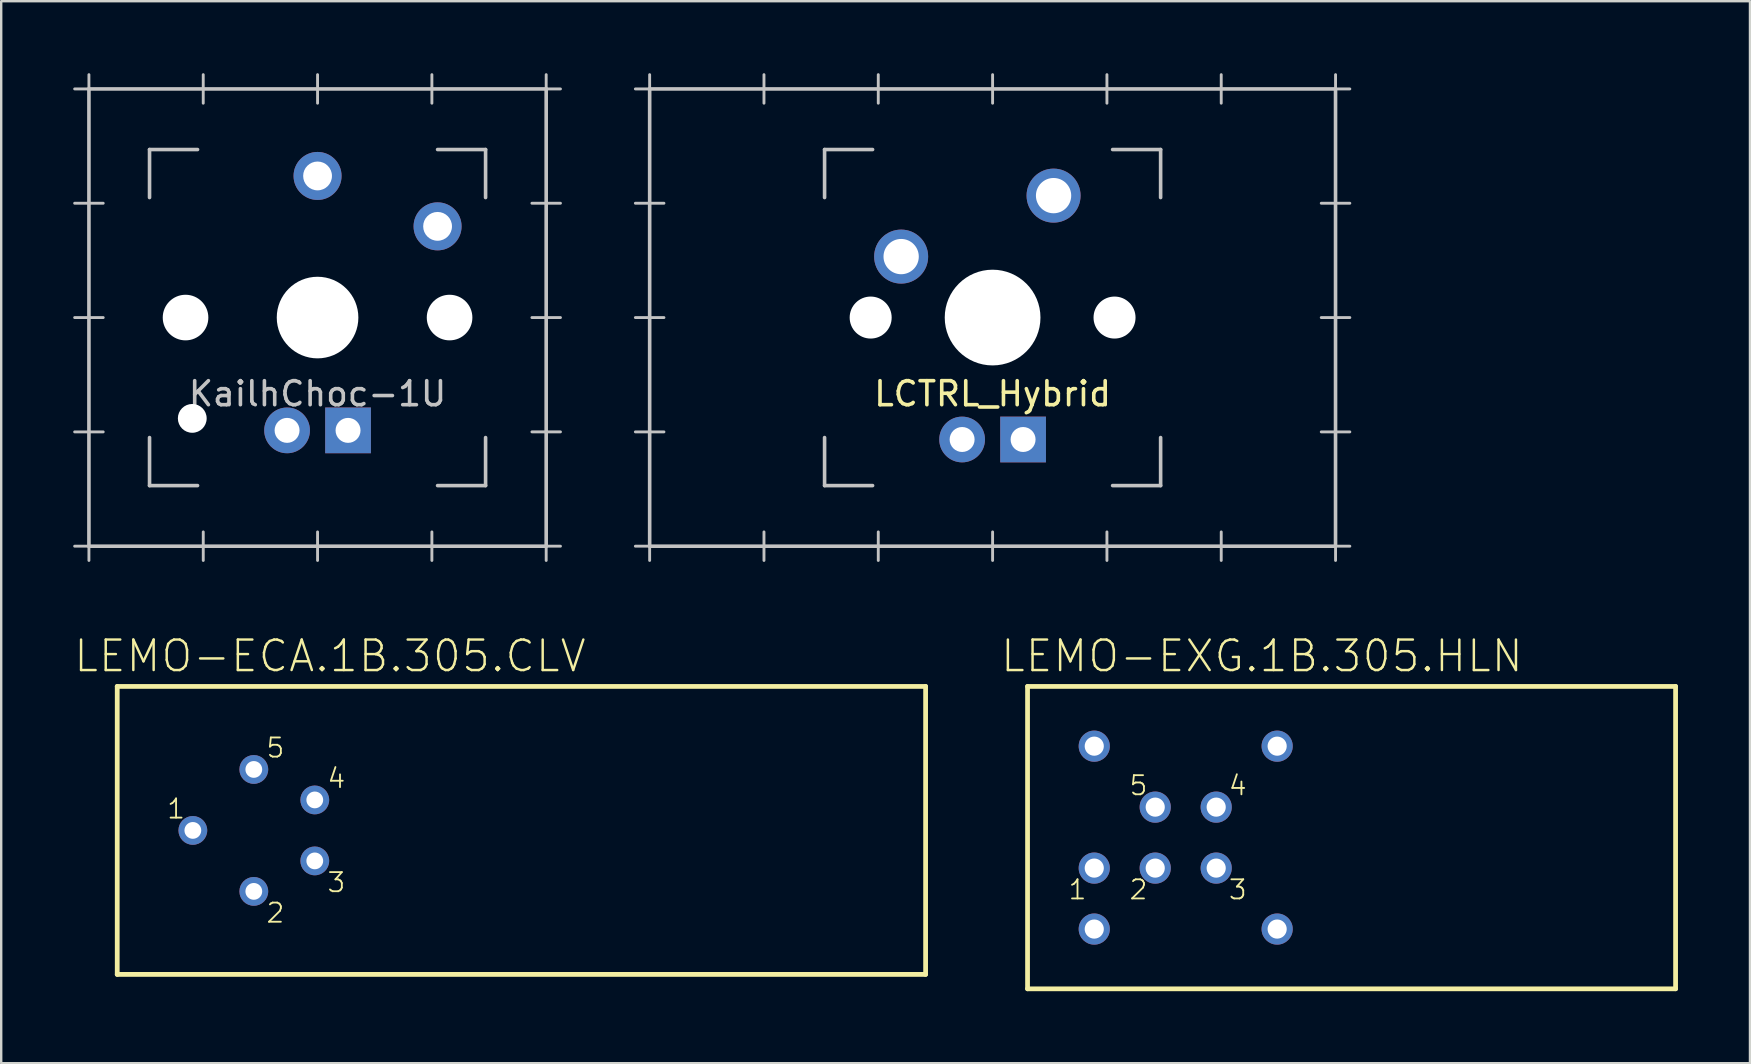
<source format=kicad_pcb>
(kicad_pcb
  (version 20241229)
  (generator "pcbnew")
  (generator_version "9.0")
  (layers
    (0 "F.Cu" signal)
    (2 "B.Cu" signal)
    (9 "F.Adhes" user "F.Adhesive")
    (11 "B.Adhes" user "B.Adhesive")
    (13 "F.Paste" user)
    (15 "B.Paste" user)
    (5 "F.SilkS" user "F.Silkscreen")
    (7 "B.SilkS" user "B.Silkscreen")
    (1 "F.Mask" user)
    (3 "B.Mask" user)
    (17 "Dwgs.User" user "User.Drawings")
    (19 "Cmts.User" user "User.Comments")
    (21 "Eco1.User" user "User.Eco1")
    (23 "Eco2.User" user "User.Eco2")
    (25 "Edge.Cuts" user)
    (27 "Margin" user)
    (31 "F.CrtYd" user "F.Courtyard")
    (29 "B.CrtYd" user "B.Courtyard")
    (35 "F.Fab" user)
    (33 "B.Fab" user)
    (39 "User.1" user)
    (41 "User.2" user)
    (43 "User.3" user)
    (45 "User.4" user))
  (footprint "KailhChoc-1U"
    (layer "F.Cu")
    (at 10.18 10.18)
    (property "Reference" "KailhChoc-1U" (at 0 3.175 0) (layer "Dwgs.User") (effects (font (size 1 1) (thickness 0.15))))
    (attr through_hole)
    (fp_line (start -10.12 -9.525) (end -9.525 -9.525) (stroke (width 0.12) (type solid)) (layer "Dwgs.User"))
    (fp_line (start -10.12 0) (end -8.93 0) (stroke (width 0.12) (type solid)) (layer "Dwgs.User"))
    (fp_line (start -10.12 4.763) (end -8.93 4.763) (stroke (width 0.12) (type solid)) (layer "Dwgs.User"))
    (fp_line (start -10.12 9.525) (end -9.525 9.525) (stroke (width 0.12) (type solid)) (layer "Dwgs.User"))
    (fp_line (start -9.525 -10.12) (end -9.525 -9.525) (stroke (width 0.12) (type solid)) (layer "Dwgs.User"))
    (fp_line (start -9.525 -9.525) (end 9.525 -9.525) (stroke (width 0.15) (type solid)) (layer "Dwgs.User"))
    (fp_line (start -9.525 9.525) (end -9.525 -9.525) (stroke (width 0.15) (type solid)) (layer "Dwgs.User"))
    (fp_line (start -9.525 10.12) (end -9.525 9.525) (stroke (width 0.12) (type solid)) (layer "Dwgs.User"))
    (fp_line (start -8.93 -4.763) (end -10.12 -4.763) (stroke (width 0.12) (type solid)) (layer "Dwgs.User"))
    (fp_line (start -7 -7) (end -7 -5) (stroke (width 0.15) (type solid)) (layer "Dwgs.User"))
    (fp_line (start -7 5) (end -7 7) (stroke (width 0.15) (type solid)) (layer "Dwgs.User"))
    (fp_line (start -7 7) (end -5 7) (stroke (width 0.15) (type solid)) (layer "Dwgs.User"))
    (fp_line (start -5 -7) (end -7 -7) (stroke (width 0.15) (type solid)) (layer "Dwgs.User"))
    (fp_line (start -4.763 -10.12) (end -4.763 -8.93) (stroke (width 0.12) (type solid)) (layer "Dwgs.User"))
    (fp_line (start -4.762 8.93) (end -4.762 10.12) (stroke (width 0.12) (type solid)) (layer "Dwgs.User"))
    (fp_line (start 0 -10.12) (end 0 -8.93) (stroke (width 0.12) (type solid)) (layer "Dwgs.User"))
    (fp_line (start 0.000008 10.12) (end 0.000008 8.93) (stroke (width 0.12) (type solid)) (layer "Dwgs.User"))
    (fp_line (start 4.763 -8.93) (end 4.763 -10.12) (stroke (width 0.12) (type solid)) (layer "Dwgs.User"))
    (fp_line (start 4.763 10.12) (end 4.763 8.93) (stroke (width 0.12) (type solid)) (layer "Dwgs.User"))
    (fp_line (start 5 -7) (end 7 -7) (stroke (width 0.15) (type solid)) (layer "Dwgs.User"))
    (fp_line (start 5 7) (end 7 7) (stroke (width 0.15) (type solid)) (layer "Dwgs.User"))
    (fp_line (start 7 -7) (end 7 -5) (stroke (width 0.15) (type solid)) (layer "Dwgs.User"))
    (fp_line (start 7 7) (end 7 5) (stroke (width 0.15) (type solid)) (layer "Dwgs.User"))
    (fp_line (start 8.93 4.762) (end 10.12 4.762) (stroke (width 0.12) (type solid)) (layer "Dwgs.User"))
    (fp_line (start 9.525 -9.525) (end 9.525 9.525) (stroke (width 0.15) (type solid)) (layer "Dwgs.User"))
    (fp_line (start 9.525 9.525) (end -9.525 9.525) (stroke (width 0.15) (type solid)) (layer "Dwgs.User"))
    (fp_line (start 9.525 -10.12) (end 9.525 -9.525) (stroke (width 0.12) (type solid)) (layer "Dwgs.User"))
    (fp_line (start 9.525 10.12) (end 9.525 9.525) (stroke (width 0.12) (type solid)) (layer "Dwgs.User"))
    (fp_line (start 10.12 -9.525) (end 9.525 -9.525) (stroke (width 0.12) (type solid)) (layer "Dwgs.User"))
    (fp_line (start 10.12 -4.763) (end 8.93 -4.763) (stroke (width 0.12) (type solid)) (layer "Dwgs.User"))
    (fp_line (start 10.12 -0.000008) (end 8.93 -0.000008) (stroke (width 0.12) (type solid)) (layer "Dwgs.User"))
    (fp_line (start 10.12 9.525) (end 9.525 9.525) (stroke (width 0.12) (type solid)) (layer "Dwgs.User"))
    (pad "" np_thru_hole circle (at -5.5 0 48.1) (size 1.9 1.9) (drill 1.9) (layers "*.Cu" "*.Mask"))
    (pad "" np_thru_hole circle (at -5.22 4.2) (size 1.2 1.2) (drill 1.2) (layers "*.Cu" "*.Mask"))
    (pad "" np_thru_hole circle (at 0 0) (size 3.4 3.4) (drill 3.4) (layers "*.Cu" "*.Mask"))
    (pad "" np_thru_hole circle (at 5.5 0 48.1) (size 1.9 1.9) (drill 1.9) (layers "*.Cu" "*.Mask"))
    (pad "1" thru_hole circle (at 5 -3.8) (size 2 2) (drill 1.2) (layers "*.Cu" "B.Mask"))
    (pad "2" thru_hole circle (at 0 -5.9) (size 2 2) (drill 1.2) (layers "*.Cu" "B.Mask"))
    (pad "3" thru_hole circle (at -1.27 4.7) (size 1.905 1.905) (drill 1.04) (layers "*.Cu" "B.Mask"))
    (pad "4" thru_hole rect (at 1.27 4.7) (size 1.905 1.905) (drill 1.04) (layers "*.Cu" "B.Mask")))
  (footprint "LEMO-EXG.1B.305.HLN"
    (layer "F.Cu")
    (at 46.348 31.846)
    (property "Reference" "LEMO-EXG.1B.305.HLN" (at 3.175 -7.564 0) (layer "F.SilkS") (effects (font (size 1.27 1.27) (thickness 0.102))))
    (attr exclude_from_pos_files exclude_from_bom)
    (fp_line (start -6.589 -6.299) (end -6.589 6.299) (stroke (width 0.198) (type solid)) (layer "F.SilkS"))
    (fp_line (start -6.589 -6.299) (end 20.409 -6.299) (stroke (width 0.198) (type solid)) (layer "F.SilkS"))
    (fp_line (start -6.589 6.299) (end 20.409 6.299) (stroke (width 0.198) (type solid)) (layer "F.SilkS"))
    (fp_line (start 20.409 -6.299) (end 20.409 6.299) (stroke (width 0.198) (type solid)) (layer "F.SilkS"))
    (fp_text user "3" (at 2.169 2.169 0) (layer "F.SilkS") (effects (font (size 0.798 0.798) (thickness 0.076))))
    (fp_text user "1" (at -4.508 2.169 0) (layer "F.SilkS") (effects (font (size 0.798 0.798) (thickness 0.076))))
    (fp_text user "4" (at 2.169 -2.169 0) (layer "F.SilkS") (effects (font (size 0.798 0.798) (thickness 0.076))))
    (fp_text user "5" (at -1.968 -2.169 0) (layer "F.SilkS") (effects (font (size 0.798 0.798) (thickness 0.076))))
    (fp_text user "2" (at -1.968 2.169 0) (layer "F.SilkS") (effects (font (size 0.798 0.798) (thickness 0.076))))
    (pad "1" thru_hole circle (at -3.81 1.27) (size 1.298 1.298) (drill 0.798) (layers "*.Cu" "*.Paste" "*.Mask"))
    (pad "2" thru_hole circle (at -1.27 1.27) (size 1.298 1.298) (drill 0.798) (layers "*.Cu" "*.Paste" "*.Mask"))
    (pad "3" thru_hole circle (at 1.27 1.27) (size 1.298 1.298) (drill 0.798) (layers "*.Cu" "*.Paste" "*.Mask"))
    (pad "4" thru_hole circle (at 1.27 -1.27) (size 1.298 1.298) (drill 0.798) (layers "*.Cu" "*.Paste" "*.Mask"))
    (pad "5" thru_hole circle (at -1.27 -1.27) (size 1.298 1.298) (drill 0.798) (layers "*.Cu" "*.Paste" "*.Mask"))
    (pad "7" thru_hole circle (at -3.81 3.81) (size 1.298 1.298) (drill 0.798) (layers "*.Cu" "*.Paste" "*.Mask"))
    (pad "8" thru_hole circle (at 3.81 3.81) (size 1.298 1.298) (drill 0.798) (layers "*.Cu" "*.Paste" "*.Mask"))
    (pad "9" thru_hole circle (at 3.81 -3.81) (size 1.298 1.298) (drill 0.798) (layers "*.Cu" "*.Paste" "*.Mask"))
    (pad "10" thru_hole circle (at -3.81 -3.81) (size 1.298 1.298) (drill 0.798) (layers "*.Cu" "*.Paste" "*.Mask")))
  (footprint "LEMO-ECA.1B.305.CLV"
    (layer "F.Cu")
    (at 7.524 31.546)
    (property "Reference" "LEMO-ECA.1B.305.CLV" (at 3.175 -7.264 0) (layer "F.SilkS") (effects (font (size 1.27 1.27) (thickness 0.102))))
    (attr exclude_from_pos_files exclude_from_bom)
    (fp_line (start -5.69 -5.999) (end -5.69 5.999) (stroke (width 0.198) (type solid)) (layer "F.SilkS"))
    (fp_line (start -5.69 -5.999) (end 27.988 -5.999) (stroke (width 0.198) (type solid)) (layer "F.SilkS"))
    (fp_line (start -5.69 5.999) (end 27.988 5.999) (stroke (width 0.198) (type solid)) (layer "F.SilkS"))
    (fp_line (start 27.988 -5.999) (end 27.988 5.999) (stroke (width 0.198) (type solid)) (layer "F.SilkS"))
    (fp_text user "1" (at -3.239 -0.899 0) (layer "F.SilkS") (effects (font (size 0.798 0.798) (thickness 0.076))))
    (fp_text user "2" (at 0.899 3.439 0) (layer "F.SilkS") (effects (font (size 0.798 0.798) (thickness 0.076))))
    (fp_text user "4" (at 3.439 -2.169 0) (layer "F.SilkS") (effects (font (size 0.798 0.798) (thickness 0.076))))
    (fp_text user "3" (at 3.439 2.169 0) (layer "F.SilkS") (effects (font (size 0.798 0.798) (thickness 0.076))))
    (fp_text user "5" (at 0.899 -3.439 0) (layer "F.SilkS") (effects (font (size 0.798 0.798) (thickness 0.076))))
    (pad "1" thru_hole circle (at -2.54 0) (size 1.199 1.199) (drill 0.699) (layers "*.Cu" "*.Paste" "*.Mask"))
    (pad "2" thru_hole circle (at 0 2.54) (size 1.199 1.199) (drill 0.699) (layers "*.Cu" "*.Paste" "*.Mask"))
    (pad "3" thru_hole circle (at 2.54 1.27) (size 1.199 1.199) (drill 0.699) (layers "*.Cu" "*.Paste" "*.Mask"))
    (pad "4" thru_hole circle (at 2.54 -1.27) (size 1.199 1.199) (drill 0.699) (layers "*.Cu" "*.Paste" "*.Mask"))
    (pad "5" thru_hole circle (at 0 -2.54) (size 1.199 1.199) (drill 0.699) (layers "*.Cu" "*.Paste" "*.Mask")))
  (footprint "LCTRL_Hybrid"
    (layer "F.Cu")
    (at 38.303 10.18)
    (property "Reference" "LCTRL_Hybrid" (at 0 3.175 0) (layer "F.SilkS") (effects (font (size 1 1) (thickness 0.15))))
    (attr through_hole)
    (fp_line (start -14.883 -9.525) (end -14.288 -9.525) (stroke (width 0.12) (type solid)) (layer "Dwgs.User"))
    (fp_line (start -14.883 0) (end -13.692 0) (stroke (width 0.12) (type solid)) (layer "Dwgs.User"))
    (fp_line (start -14.883 4.763) (end -13.692 4.763) (stroke (width 0.12) (type solid)) (layer "Dwgs.User"))
    (fp_line (start -14.883 9.525) (end -14.287 9.525) (stroke (width 0.12) (type solid)) (layer "Dwgs.User"))
    (fp_line (start -14.288 -10.12) (end -14.288 -9.525) (stroke (width 0.12) (type solid)) (layer "Dwgs.User"))
    (fp_line (start -14.288 10.12) (end -14.288 9.525) (stroke (width 0.12) (type solid)) (layer "Dwgs.User"))
    (fp_line (start -14.287 -9.525) (end 14.287 -9.525) (stroke (width 0.15) (type solid)) (layer "Dwgs.User"))
    (fp_line (start -14.287 9.525) (end -14.287 -9.525) (stroke (width 0.15) (type solid)) (layer "Dwgs.User"))
    (fp_line (start -14.287 9.525) (end 14.287 9.525) (stroke (width 0.15) (type solid)) (layer "Dwgs.User"))
    (fp_line (start -13.692 -4.763) (end -14.883 -4.763) (stroke (width 0.12) (type solid)) (layer "Dwgs.User"))
    (fp_line (start -9.525 -10.12) (end -9.525 -8.93) (stroke (width 0.12) (type solid)) (layer "Dwgs.User"))
    (fp_line (start -9.525 8.93) (end -9.525 10.12) (stroke (width 0.12) (type solid)) (layer "Dwgs.User"))
    (fp_line (start -7 -7) (end -7 -5) (stroke (width 0.15) (type solid)) (layer "Dwgs.User"))
    (fp_line (start -7 5) (end -7 7) (stroke (width 0.15) (type solid)) (layer "Dwgs.User"))
    (fp_line (start -7 7) (end -5 7) (stroke (width 0.15) (type solid)) (layer "Dwgs.User"))
    (fp_line (start -5 -7) (end -7 -7) (stroke (width 0.15) (type solid)) (layer "Dwgs.User"))
    (fp_line (start -4.763 -10.12) (end -4.763 -8.93) (stroke (width 0.12) (type solid)) (layer "Dwgs.User"))
    (fp_line (start -4.763 10.12) (end -4.763 8.93) (stroke (width 0.12) (type solid)) (layer "Dwgs.User"))
    (fp_line (start 0 -10.12) (end 0 -8.93) (stroke (width 0.12) (type solid)) (layer "Dwgs.User"))
    (fp_line (start 0 10.12) (end 0 8.93) (stroke (width 0.12) (type solid)) (layer "Dwgs.User"))
    (fp_line (start 4.763 -10.12) (end 4.763 -8.93) (stroke (width 0.12) (type solid)) (layer "Dwgs.User"))
    (fp_line (start 4.763 10.12) (end 4.763 8.93) (stroke (width 0.12) (type solid)) (layer "Dwgs.User"))
    (fp_line (start 5 -7) (end 7 -7) (stroke (width 0.15) (type solid)) (layer "Dwgs.User"))
    (fp_line (start 5 7) (end 7 7) (stroke (width 0.15) (type solid)) (layer "Dwgs.User"))
    (fp_line (start 7 -7) (end 7 -5) (stroke (width 0.15) (type solid)) (layer "Dwgs.User"))
    (fp_line (start 7 7) (end 7 5) (stroke (width 0.15) (type solid)) (layer "Dwgs.User"))
    (fp_line (start 9.525 -8.93) (end 9.525 -10.12) (stroke (width 0.12) (type solid)) (layer "Dwgs.User"))
    (fp_line (start 9.525 10.12) (end 9.525 8.93) (stroke (width 0.12) (type solid)) (layer "Dwgs.User"))
    (fp_line (start 13.692 4.763) (end 14.883 4.763) (stroke (width 0.12) (type solid)) (layer "Dwgs.User"))
    (fp_line (start 14.287 -9.525) (end 14.287 9.525) (stroke (width 0.15) (type solid)) (layer "Dwgs.User"))
    (fp_line (start 14.288 -10.12) (end 14.288 -9.525) (stroke (width 0.12) (type solid)) (layer "Dwgs.User"))
    (fp_line (start 14.288 10.12) (end 14.288 9.525) (stroke (width 0.12) (type solid)) (layer "Dwgs.User"))
    (fp_line (start 14.883 -9.525) (end 14.287 -9.525) (stroke (width 0.12) (type solid)) (layer "Dwgs.User"))
    (fp_line (start 14.883 -4.763) (end 13.692 -4.763) (stroke (width 0.12) (type solid)) (layer "Dwgs.User"))
    (fp_line (start 14.883 0) (end 13.692 0) (stroke (width 0.12) (type solid)) (layer "Dwgs.User"))
    (fp_line (start 14.883 9.525) (end 14.288 9.525) (stroke (width 0.12) (type solid)) (layer "Dwgs.User"))
    (pad "" np_thru_hole circle (at -5.08 0 48.1) (size 1.75 1.75) (drill 1.75) (layers "*.Cu" "*.Mask"))
    (pad "" np_thru_hole circle (at 0 0) (size 3.988 3.988) (drill 3.988) (layers "*.Cu" "*.Mask"))
    (pad "" np_thru_hole circle (at 5.08 0 48.1) (size 1.75 1.75) (drill 1.75) (layers "*.Cu" "*.Mask"))
    (pad "1" thru_hole circle (at -3.81 -2.54) (size 2.25 2.25) (drill 1.47) (layers "*.Cu" "B.Mask"))
    (pad "2" thru_hole circle (at 2.54 -5.08) (size 2.25 2.25) (drill 1.47) (layers "*.Cu" "B.Mask"))
    (pad "3" thru_hole circle (at -1.27 5.08) (size 1.905 1.905) (drill 1.04) (layers "*.Cu" "B.Mask"))
    (pad "4" thru_hole rect (at 1.27 5.08) (size 1.905 1.905) (drill 1.04) (layers "*.Cu" "B.Mask")))
  (gr_rect
    (start -3 -3)
    (end 69.856 41.244)
    (stroke (width 0.1) (type default))
    (fill no)
    (layer "Edge.Cuts")))
</source>
